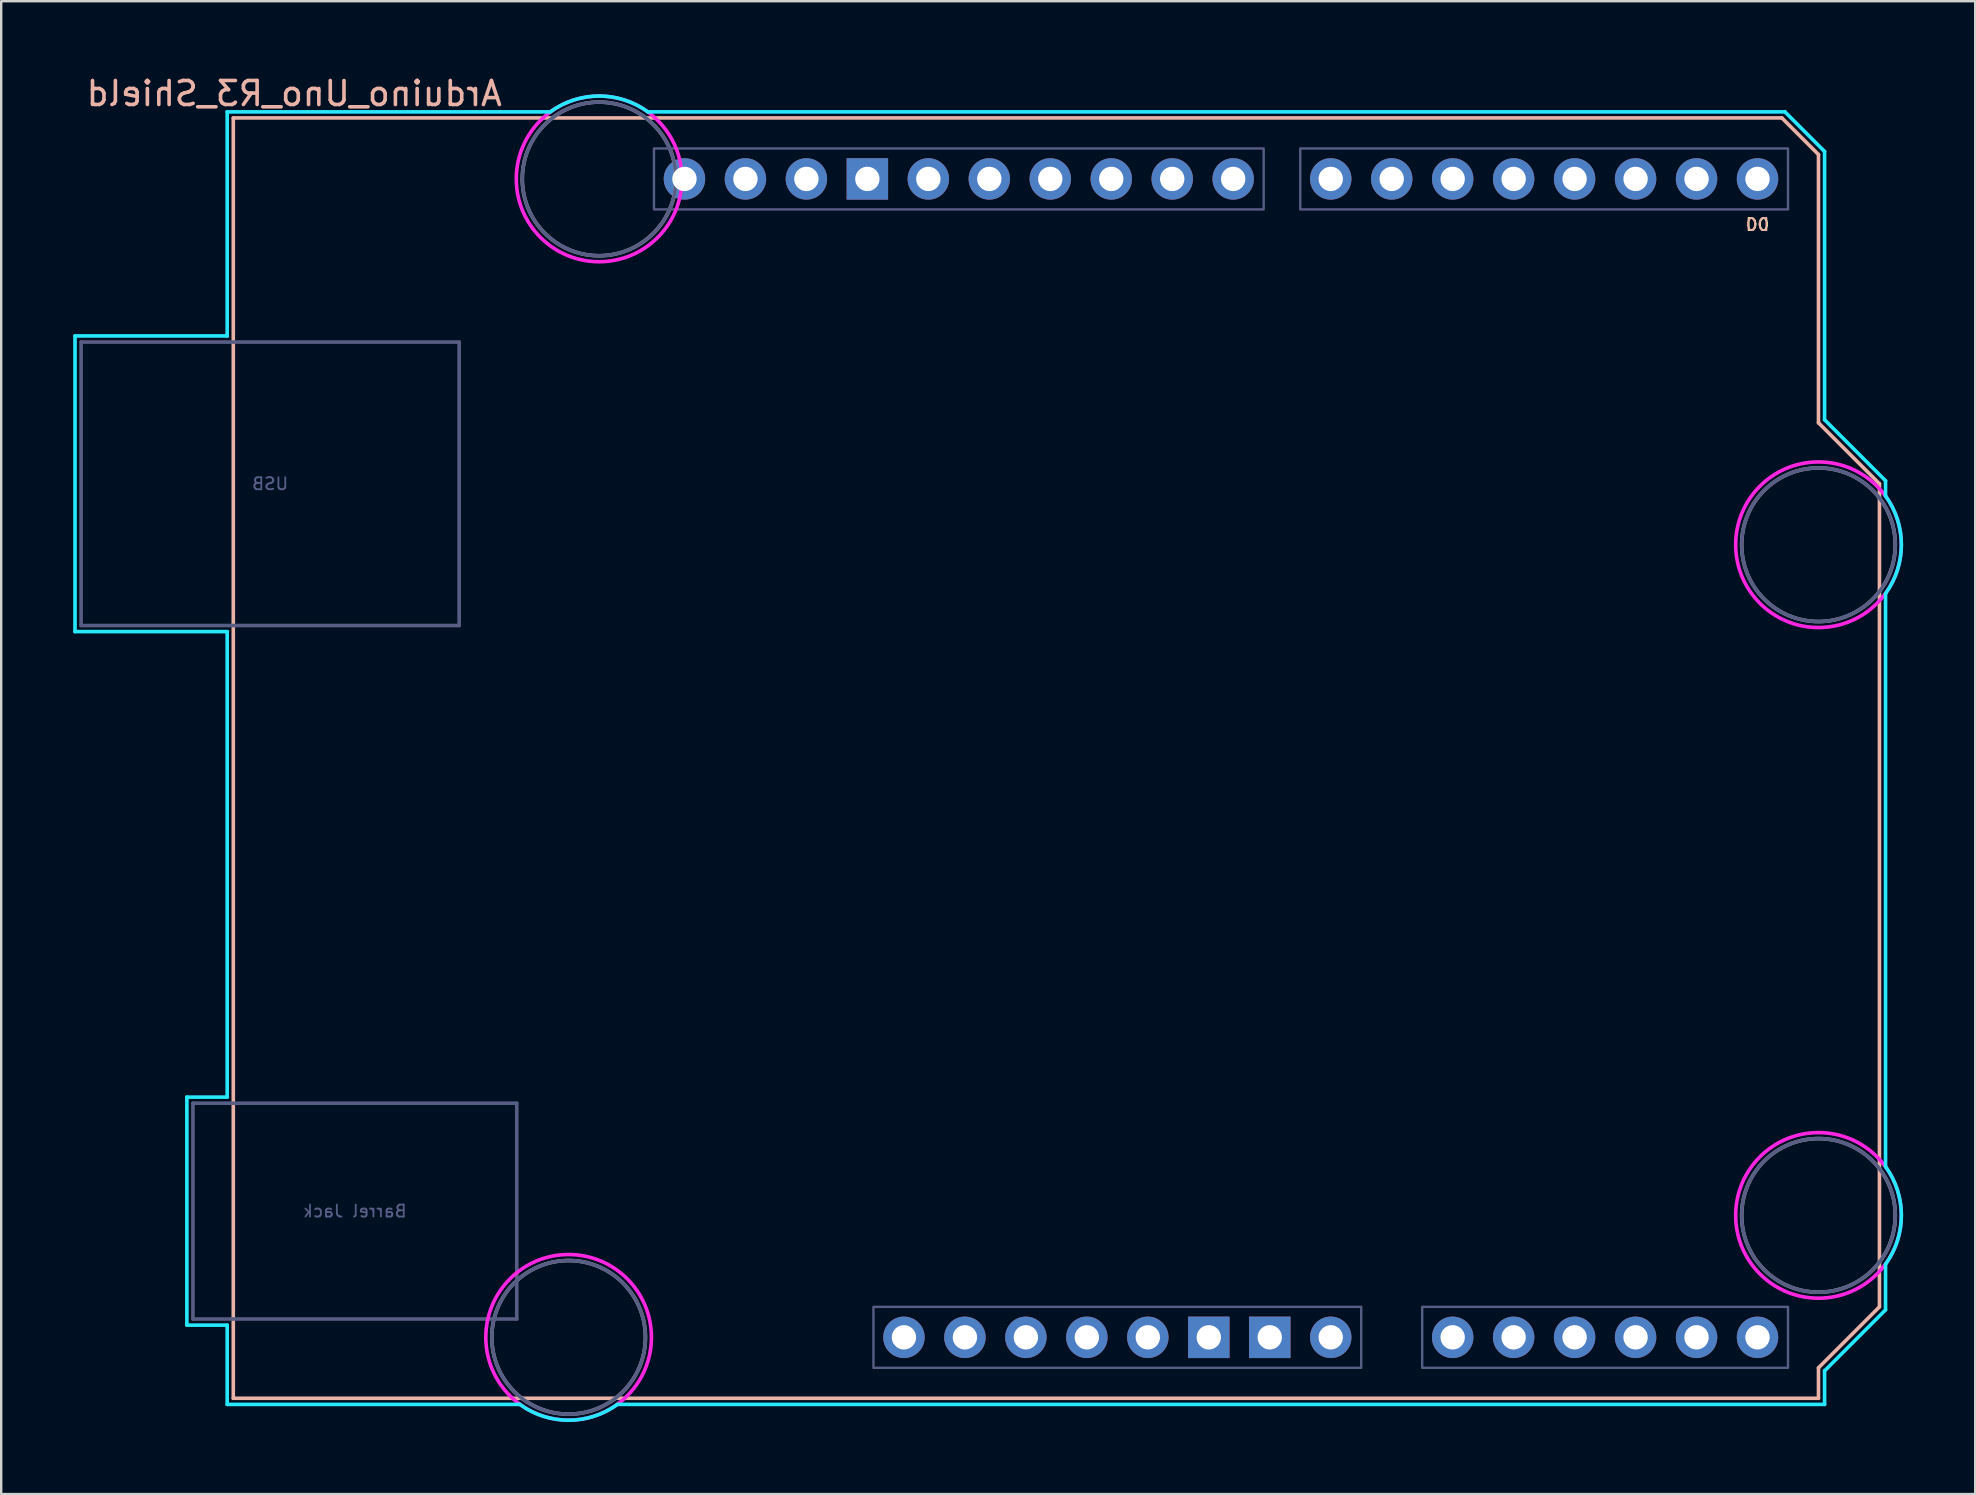
<source format=kicad_pcb>
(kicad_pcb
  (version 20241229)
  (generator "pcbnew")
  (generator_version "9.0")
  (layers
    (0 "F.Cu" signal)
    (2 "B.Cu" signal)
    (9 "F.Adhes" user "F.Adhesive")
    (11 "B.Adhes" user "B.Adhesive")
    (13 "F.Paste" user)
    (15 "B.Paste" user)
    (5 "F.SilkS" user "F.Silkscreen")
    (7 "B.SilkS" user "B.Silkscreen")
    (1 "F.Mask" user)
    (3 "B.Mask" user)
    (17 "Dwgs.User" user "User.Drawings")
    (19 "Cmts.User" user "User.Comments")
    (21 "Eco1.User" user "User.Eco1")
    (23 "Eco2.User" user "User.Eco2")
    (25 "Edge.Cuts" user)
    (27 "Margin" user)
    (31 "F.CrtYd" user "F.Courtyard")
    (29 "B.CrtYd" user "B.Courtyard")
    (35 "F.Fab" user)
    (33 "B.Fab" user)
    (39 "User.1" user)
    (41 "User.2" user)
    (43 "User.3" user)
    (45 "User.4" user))
  (footprint "Arduino_Uno_R3_Shield"
    (layer "F.Cu")
    (at 6.669 55.204)
    (property "Reference" "Arduino_Uno_R3_Shield" (at 2.54 -54.356 0) (layer "B.SilkS") (effects (font (size 1 1) (thickness 0.15)) (justify mirror)))
    (attr through_hole)
    (fp_line (start 0 -53.34) (end 0 0) (stroke (width 0.15) (type solid)) (layer "B.SilkS"))
    (fp_line (start 0 -53.34) (end 64.516 -53.34) (stroke (width 0.15) (type solid)) (layer "B.SilkS"))
    (fp_line (start 0 0) (end 66.04 0) (stroke (width 0.15) (type solid)) (layer "B.SilkS"))
    (fp_line (start 64.516 -53.34) (end 66.04 -51.816) (stroke (width 0.15) (type solid)) (layer "B.SilkS"))
    (fp_line (start 66.04 -40.64) (end 66.04 -51.816) (stroke (width 0.15) (type solid)) (layer "B.SilkS"))
    (fp_line (start 66.04 -1.27) (end 68.58 -3.81) (stroke (width 0.15) (type solid)) (layer "B.SilkS"))
    (fp_line (start 66.04 0) (end 66.04 -1.27) (stroke (width 0.15) (type solid)) (layer "B.SilkS"))
    (fp_line (start 68.58 -38.1) (end 66.04 -40.64) (stroke (width 0.15) (type solid)) (layer "B.SilkS"))
    (fp_line (start 68.58 -3.81) (end 68.58 -38.1) (stroke (width 0.15) (type solid)) (layer "B.SilkS"))
    (fp_line (start -6.594 -44.258) (end -0.254 -44.258) (stroke (width 0.15) (type solid)) (layer "B.CrtYd"))
    (fp_line (start -6.594 -31.94) (end -6.594 -44.258) (stroke (width 0.15) (type solid)) (layer "B.CrtYd"))
    (fp_line (start -1.934 -12.548) (end -1.934 -3.049) (stroke (width 0.15) (type solid)) (layer "B.CrtYd"))
    (fp_line (start -1.934 -12.548) (end -0.254 -12.548) (stroke (width 0.15) (type solid)) (layer "B.CrtYd"))
    (fp_line (start -1.934 -3.049) (end -0.254 -3.049) (stroke (width 0.15) (type solid)) (layer "B.CrtYd"))
    (fp_line (start -0.254 -53.594) (end -0.254 -44.258) (stroke (width 0.15) (type solid)) (layer "B.CrtYd"))
    (fp_line (start -0.254 -31.94) (end -6.594 -31.94) (stroke (width 0.15) (type solid)) (layer "B.CrtYd"))
    (fp_line (start -0.254 -31.94) (end -0.254 -12.548) (stroke (width 0.15) (type solid)) (layer "B.CrtYd"))
    (fp_line (start -0.254 -3.049) (end -0.254 0.254) (stroke (width 0.15) (type solid)) (layer "B.CrtYd"))
    (fp_line (start 11.938 0.254) (end -0.254 0.254) (stroke (width 0.15) (type solid)) (layer "B.CrtYd"))
    (fp_line (start 13.208 -53.594) (end -0.254 -53.594) (stroke (width 0.15) (type solid)) (layer "B.CrtYd"))
    (fp_line (start 16.002 0.254) (end 66.294 0.254) (stroke (width 0.15) (type solid)) (layer "B.CrtYd"))
    (fp_line (start 17.272 -53.594) (end 64.643 -53.594) (stroke (width 0.15) (type solid)) (layer "B.CrtYd"))
    (fp_line (start 64.643 -53.594) (end 66.294 -51.943) (stroke (width 0.15) (type solid)) (layer "B.CrtYd"))
    (fp_line (start 66.294 -40.767) (end 66.294 -51.943) (stroke (width 0.15) (type solid)) (layer "B.CrtYd"))
    (fp_line (start 66.294 -1.143) (end 68.834 -3.683) (stroke (width 0.15) (type solid)) (layer "B.CrtYd"))
    (fp_line (start 66.294 0.254) (end 66.294 -1.143) (stroke (width 0.15) (type solid)) (layer "B.CrtYd"))
    (fp_line (start 68.834 -38.227) (end 66.294 -40.767) (stroke (width 0.15) (type solid)) (layer "B.CrtYd"))
    (fp_line (start 68.834 -38.227) (end 68.834 -37.592) (stroke (width 0.15) (type solid)) (layer "B.CrtYd"))
    (fp_line (start 68.834 -9.652) (end 68.834 -33.528) (stroke (width 0.15) (type solid)) (layer "B.CrtYd"))
    (fp_line (start 68.834 -5.588) (end 68.834 -3.683) (stroke (width 0.15) (type solid)) (layer "B.CrtYd"))
    (fp_arc (start 13.208 -53.594) (mid 15.24 -54.254237) (end 17.272 -53.594) (stroke (width 0.15) (type solid)) (layer "B.CrtYd"))
    (fp_arc (start 16.002 0.254) (mid 13.97 0.914237) (end 11.938 0.254) (stroke (width 0.15) (type solid)) (layer "B.CrtYd"))
    (fp_arc (start 68.834 -37.592) (mid 69.494238 -35.56) (end 68.834 -33.528) (stroke (width 0.15) (type solid)) (layer "B.CrtYd"))
    (fp_arc (start 68.834 -9.652) (mid 69.494238 -7.62) (end 68.834 -5.588) (stroke (width 0.15) (type solid)) (layer "B.CrtYd"))
    (fp_circle (center 13.97 -2.54) (end 17.42 -2.54) (stroke (width 0.15) (type solid)) (fill no) (layer "F.CrtYd"))
    (fp_circle (center 15.24 -50.8) (end 18.69 -50.8) (stroke (width 0.15) (type solid)) (fill no) (layer "F.CrtYd"))
    (fp_circle (center 66.04 -35.56) (end 69.49 -35.56) (stroke (width 0.15) (type solid)) (fill no) (layer "F.CrtYd"))
    (fp_circle (center 66.04 -7.62) (end 69.49 -7.62) (stroke (width 0.15) (type solid)) (fill no) (layer "F.CrtYd"))
    (fp_line (start -6.34 -44.004) (end 9.41 -44.004) (stroke (width 0.15) (type solid)) (layer "B.Fab"))
    (fp_line (start -6.34 -32.194) (end -6.34 -44.004) (stroke (width 0.15) (type solid)) (layer "B.Fab"))
    (fp_line (start -6.34 -32.194) (end 9.41 -32.194) (stroke (width 0.15) (type solid)) (layer "B.Fab"))
    (fp_line (start -1.68 -12.294) (end -1.68 -3.303) (stroke (width 0.15) (type solid)) (layer "B.Fab"))
    (fp_line (start -1.68 -12.294) (end 11.81 -12.294) (stroke (width 0.15) (type solid)) (layer "B.Fab"))
    (fp_line (start -1.68 -3.303) (end 11.81 -3.303) (stroke (width 0.15) (type solid)) (layer "B.Fab"))
    (fp_line (start 9.41 -32.194) (end 9.41 -44.004) (stroke (width 0.15) (type solid)) (layer "B.Fab"))
    (fp_line (start 11.81 -12.294) (end 11.81 -3.303) (stroke (width 0.15) (type solid)) (layer "B.Fab"))
    (fp_rect (start 17.526 -52.07) (end 42.926 -49.53) (stroke (width 0.1) (type solid)) (fill no) (layer "B.Fab"))
    (fp_rect (start 26.67 -3.81) (end 46.99 -1.27) (stroke (width 0.1) (type solid)) (fill no) (layer "B.Fab"))
    (fp_rect (start 44.45 -52.07) (end 64.77 -49.53) (stroke (width 0.1) (type solid)) (fill no) (layer "B.Fab"))
    (fp_rect (start 49.53 -3.81) (end 64.77 -1.27) (stroke (width 0.1) (type solid)) (fill no) (layer "B.Fab"))
    (fp_circle (center 13.97 -2.54) (end 17.17 -2.54) (stroke (width 0.15) (type solid)) (fill no) (layer "B.Fab"))
    (fp_circle (center 15.24 -50.8) (end 18.44 -50.8) (stroke (width 0.15) (type solid)) (fill no) (layer "B.Fab"))
    (fp_circle (center 66.04 -35.56) (end 69.24 -35.56) (stroke (width 0.15) (type solid)) (fill no) (layer "B.Fab"))
    (fp_circle (center 66.04 -7.62) (end 69.24 -7.62) (stroke (width 0.15) (type solid)) (fill no) (layer "B.Fab"))
    (fp_circle (center 13.97 -2.54) (end 17.17 -2.54) (stroke (width 0.15) (type solid)) (fill no) (layer "F.Fab"))
    (fp_circle (center 15.24 -50.8) (end 18.44 -50.8) (stroke (width 0.15) (type solid)) (fill no) (layer "F.Fab"))
    (fp_circle (center 66.04 -35.56) (end 69.24 -35.56) (stroke (width 0.15) (type solid)) (fill no) (layer "F.Fab"))
    (fp_circle (center 66.04 -7.62) (end 69.24 -7.62) (stroke (width 0.15) (type solid)) (fill no) (layer "F.Fab"))
    (fp_text user "D0" (at 63.5 -48.895 0) (unlocked yes) (layer "F.SilkS") (effects (font (size 0.5 0.5) (thickness 0.075))))
    (fp_text user "D0" (at 63.5 -48.895 0) (unlocked yes) (layer "B.SilkS") (effects (font (size 0.5 0.5) (thickness 0.075)) (justify mirror)))
    (fp_text user "USB" (at 1.535 -38.099 0) (layer "B.Fab") (effects (font (size 0.5 0.5) (thickness 0.075)) (justify mirror)))
    (fp_text user "Barrel Jack" (at 5.065 -7.798 0) (layer "B.Fab") (effects (font (size 0.5 0.5) (thickness 0.075)) (justify mirror)))
    (pad "" thru_hole oval (at 27.94 -2.54) (size 1.727 1.727) (drill 1.016) (layers "*.Cu" "*.Mask"))
    (pad "3V3" thru_hole oval (at 35.56 -2.54) (size 1.727 1.727) (drill 1.016) (layers "*.Cu" "*.Mask"))
    (pad "5V1" thru_hole oval (at 38.1 -2.54) (size 1.727 1.727) (drill 1.016) (layers "*.Cu" "*.Mask"))
    (pad "A0" thru_hole oval (at 50.8 -2.54) (size 1.727 1.727) (drill 1.016) (layers "*.Cu" "*.Mask"))
    (pad "A1" thru_hole oval (at 53.34 -2.54) (size 1.727 1.727) (drill 1.016) (layers "*.Cu" "*.Mask"))
    (pad "A2" thru_hole oval (at 55.88 -2.54) (size 1.727 1.727) (drill 1.016) (layers "*.Cu" "*.Mask"))
    (pad "A3" thru_hole oval (at 58.42 -2.54) (size 1.727 1.727) (drill 1.016) (layers "*.Cu" "*.Mask"))
    (pad "A4" thru_hole oval (at 60.96 -2.54) (size 1.727 1.727) (drill 1.016) (layers "*.Cu" "*.Mask"))
    (pad "A5" thru_hole oval (at 63.5 -2.54) (size 1.727 1.727) (drill 1.016) (layers "*.Cu" "*.Mask"))
    (pad "AREF" thru_hole oval (at 23.876 -50.8) (size 1.727 1.727) (drill 1.016) (layers "*.Cu" "*.Mask"))
    (pad "D0" thru_hole oval (at 63.5 -50.8) (size 1.727 1.727) (drill 1.016) (layers "*.Cu" "*.Mask"))
    (pad "D1" thru_hole oval (at 60.96 -50.8) (size 1.727 1.727) (drill 1.016) (layers "*.Cu" "*.Mask"))
    (pad "D2" thru_hole oval (at 58.42 -50.8) (size 1.727 1.727) (drill 1.016) (layers "*.Cu" "*.Mask"))
    (pad "D3" thru_hole oval (at 55.88 -50.8) (size 1.727 1.727) (drill 1.016) (layers "*.Cu" "*.Mask"))
    (pad "D4" thru_hole oval (at 53.34 -50.8) (size 1.727 1.727) (drill 1.016) (layers "*.Cu" "*.Mask"))
    (pad "D5" thru_hole oval (at 50.8 -50.8) (size 1.727 1.727) (drill 1.016) (layers "*.Cu" "*.Mask"))
    (pad "D6" thru_hole oval (at 48.26 -50.8) (size 1.727 1.727) (drill 1.016) (layers "*.Cu" "*.Mask"))
    (pad "D7" thru_hole oval (at 45.72 -50.8) (size 1.727 1.727) (drill 1.016) (layers "*.Cu" "*.Mask"))
    (pad "D8" thru_hole oval (at 41.656 -50.8) (size 1.727 1.727) (drill 1.016) (layers "*.Cu" "*.Mask"))
    (pad "D9" thru_hole oval (at 39.116 -50.8) (size 1.727 1.727) (drill 1.016) (layers "*.Cu" "*.Mask"))
    (pad "D10" thru_hole oval (at 36.576 -50.8) (size 1.727 1.727) (drill 1.016) (layers "*.Cu" "*.Mask"))
    (pad "D11" thru_hole oval (at 34.036 -50.8) (size 1.727 1.727) (drill 1.016) (layers "*.Cu" "*.Mask"))
    (pad "D12" thru_hole oval (at 31.496 -50.8) (size 1.727 1.727) (drill 1.016) (layers "*.Cu" "*.Mask"))
    (pad "D13" thru_hole oval (at 28.956 -50.8) (size 1.727 1.727) (drill 1.016) (layers "*.Cu" "*.Mask"))
    (pad "GND1" thru_hole rect (at 26.416 -50.8) (size 1.727 1.727) (drill 1.016) (layers "*.Cu" "*.Mask"))
    (pad "GND2" thru_hole rect (at 40.64 -2.54) (size 1.727 1.727) (drill 1.016) (layers "*.Cu" "*.Mask"))
    (pad "GND3" thru_hole rect (at 43.18 -2.54) (size 1.727 1.727) (drill 1.016) (layers "*.Cu" "*.Mask"))
    (pad "IORF" thru_hole oval (at 30.48 -2.54) (size 1.727 1.727) (drill 1.016) (layers "*.Cu" "*.Mask"))
    (pad "RST1" thru_hole oval (at 33.02 -2.54) (size 1.727 1.727) (drill 1.016) (layers "*.Cu" "*.Mask"))
    (pad "SCL" thru_hole oval (at 18.796 -50.8) (size 1.727 1.727) (drill 1.016) (layers "*.Cu" "*.Mask"))
    (pad "SDA" thru_hole oval (at 21.336 -50.8) (size 1.727 1.727) (drill 1.016) (layers "*.Cu" "*.Mask"))
    (pad "VIN" thru_hole oval (at 45.72 -2.54) (size 1.727 1.727) (drill 1.016) (layers "*.Cu" "*.Mask")))
  (gr_rect
    (start -3 -3)
    (end 79.238 59.193)
    (stroke (width 0.1) (type default))
    (fill no)
    (layer "Edge.Cuts")))
</source>
